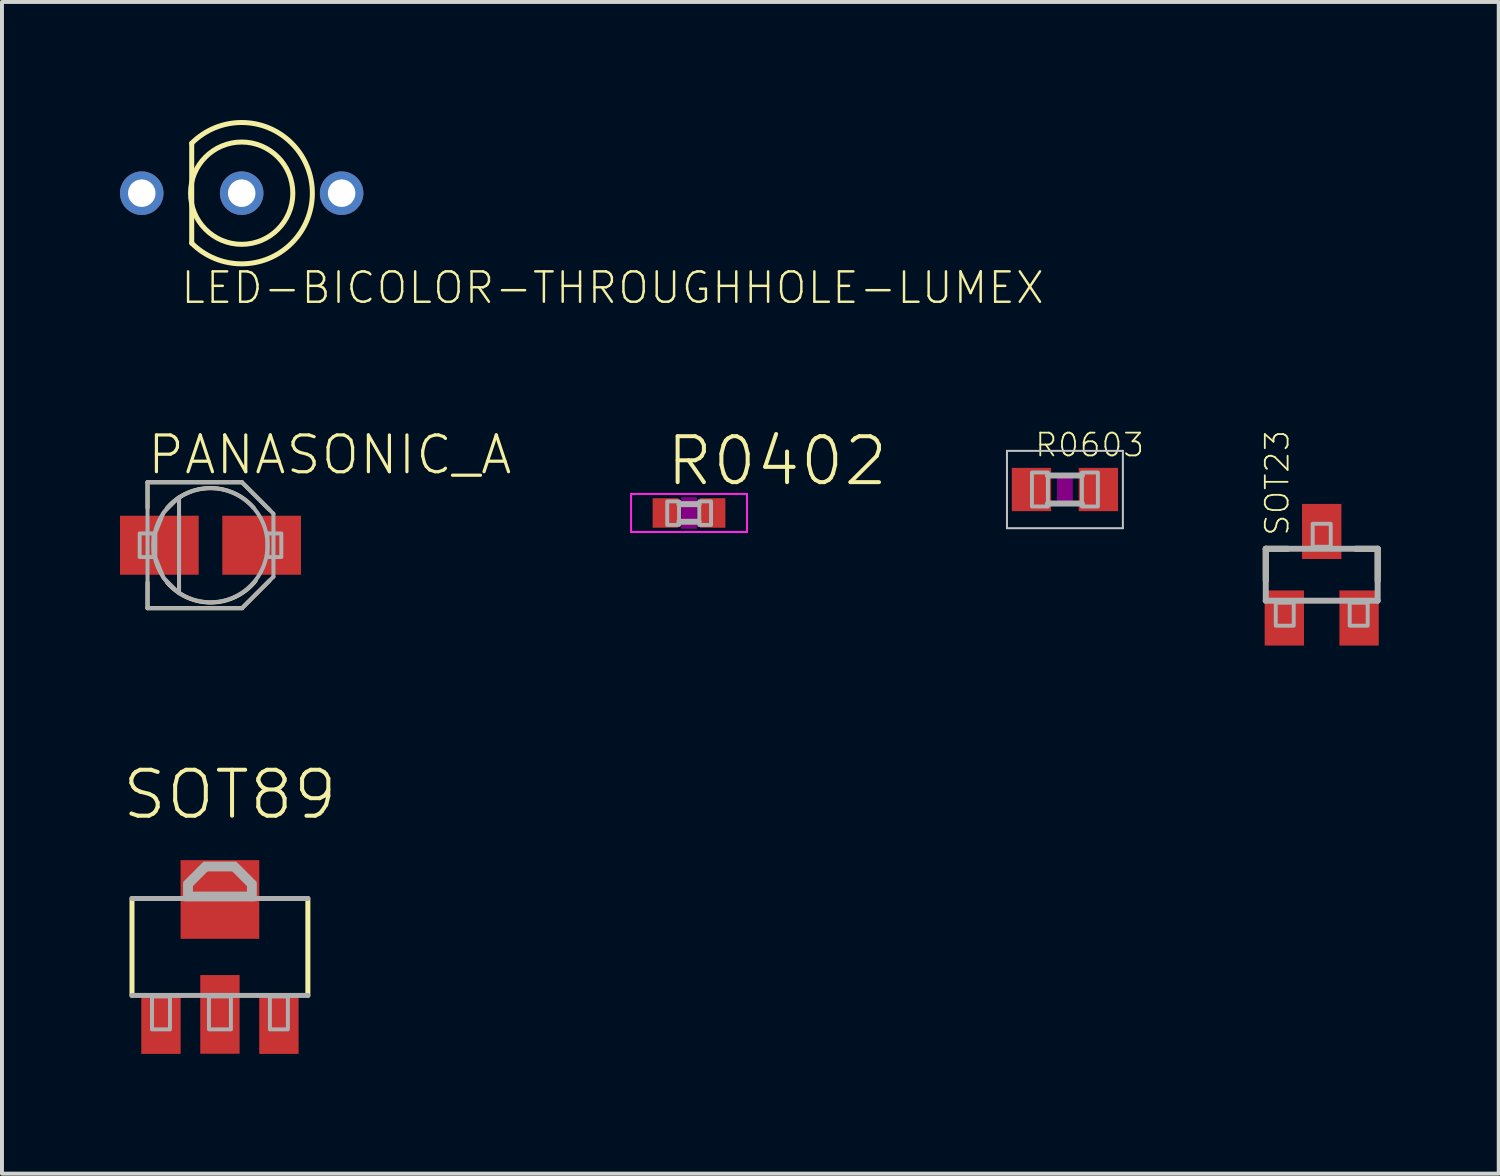
<source format=kicad_pcb>
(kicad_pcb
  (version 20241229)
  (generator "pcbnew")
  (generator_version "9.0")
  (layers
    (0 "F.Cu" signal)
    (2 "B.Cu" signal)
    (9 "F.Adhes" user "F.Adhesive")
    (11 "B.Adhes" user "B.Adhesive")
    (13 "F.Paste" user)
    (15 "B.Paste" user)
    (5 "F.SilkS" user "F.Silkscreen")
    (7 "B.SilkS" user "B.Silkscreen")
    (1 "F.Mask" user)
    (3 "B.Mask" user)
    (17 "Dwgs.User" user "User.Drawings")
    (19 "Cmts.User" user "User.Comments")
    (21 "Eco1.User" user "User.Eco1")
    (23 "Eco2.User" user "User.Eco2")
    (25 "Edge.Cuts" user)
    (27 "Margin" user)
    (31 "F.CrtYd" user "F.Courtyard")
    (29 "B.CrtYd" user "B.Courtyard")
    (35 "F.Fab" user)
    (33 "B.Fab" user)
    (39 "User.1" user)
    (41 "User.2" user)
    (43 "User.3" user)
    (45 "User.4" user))
  (footprint "SOT23"
    (layer "F.Cu")
    (at 30.544 11.558)
    (property "Reference" "SOT23" (at -0.794 -0.953 270) (layer "F.SilkS") (effects (font (size 0.579 0.579) (thickness 0.046)) (justify left bottom)))
    (attr through_hole)
    (fp_line (start -1.422 -0.66) (end -0.864 -0.66) (stroke (width 0.152) (type solid)) (layer "F.SilkS"))
    (fp_line (start -1.422 0.152) (end -1.422 -0.66) (stroke (width 0.152) (type solid)) (layer "F.SilkS"))
    (fp_line (start 0.864 -0.66) (end 1.422 -0.66) (stroke (width 0.152) (type solid)) (layer "F.SilkS"))
    (fp_line (start 1.422 -0.66) (end 1.422 0.152) (stroke (width 0.152) (type solid)) (layer "F.SilkS"))
    (fp_line (start -1.422 -0.66) (end 1.422 -0.66) (stroke (width 0.152) (type solid)) (layer "F.Fab"))
    (fp_line (start -1.422 0.66) (end -1.422 -0.66) (stroke (width 0.152) (type solid)) (layer "F.Fab"))
    (fp_line (start 1.422 -0.66) (end 1.422 0.66) (stroke (width 0.152) (type solid)) (layer "F.Fab"))
    (fp_line (start 1.422 0.66) (end -1.422 0.66) (stroke (width 0.152) (type solid)) (layer "F.Fab"))
    (fp_poly (pts (xy -1.168 1.295) (xy -0.711 1.295) (xy -0.711 0.711) (xy -1.168 0.711)) (stroke (width 0.1) (type solid)) (fill no) (layer "F.Fab"))
    (fp_poly (pts (xy -0.229 -0.711) (xy 0.229 -0.711) (xy 0.229 -1.295) (xy -0.229 -1.295)) (stroke (width 0.1) (type solid)) (fill no) (layer "F.Fab"))
    (fp_poly (pts (xy 0.711 1.295) (xy 1.168 1.295) (xy 1.168 0.711) (xy 0.711 0.711)) (stroke (width 0.1) (type solid)) (fill no) (layer "F.Fab"))
    (pad "1" smd rect (at -0.95 1.1) (size 1 1.4) (layers "F.Cu" "F.Mask" "F.Paste"))
    (pad "2" smd rect (at 0.95 1.1) (size 1 1.4) (layers "F.Cu" "F.Mask" "F.Paste"))
    (pad "3" smd rect (at 0 -1.1) (size 1 1.4) (layers "F.Cu" "F.Mask" "F.Paste")))
  (footprint "LED-BICOLOR-THROUGHHOLE-LUMEX"
    (layer "F.Cu")
    (at 3.093 1.86)
    (property "Reference" "LED-BICOLOR-THROUGHHOLE-LUMEX" (at -1.587 2.857 0) (layer "F.SilkS") (effects (font (size 0.772 0.772) (thickness 0.062)) (justify left bottom)))
    (attr through_hole)
    (fp_line (start -1.27 -1.27) (end -1.27 1.27) (stroke (width 0.127) (type solid)) (layer "F.SilkS"))
    (fp_arc (start -1.27 -1.27) (mid 1.796051 0) (end -1.27 1.27) (stroke (width 0.127) (type solid)) (layer "F.SilkS"))
    (fp_circle (center 0 0) (end 1.3 0) (stroke (width 0.127) (type solid)) (fill no) (layer "F.SilkS"))
    (pad "A" thru_hole circle (at 0 0 90) (size 1.106 1.106) (drill 0.7) (layers "*.Cu" "*.Mask"))
    (pad "GREEN_C" thru_hole circle (at 2.54 0) (size 1.106 1.106) (drill 0.7) (layers "*.Cu" "*.Mask"))
    (pad "RED_C" thru_hole circle (at -2.54 0) (size 1.106 1.106) (drill 0.7) (layers "*.Cu" "*.Mask")))
  (footprint "R0402"
    (layer "F.Cu")
    (at 14.463 9.988)
    (property "Reference" "R0402" (at -0.635 -0.635 0) (layer "F.SilkS") (effects (font (size 1.168 1.168) (thickness 0.102)) (justify left bottom)))
    (fp_poly (pts (xy -0.2 0.4) (xy 0.2 0.4) (xy 0.2 -0.4) (xy -0.2 -0.4)) (stroke (width 0) (type default)) (fill yes) (layer "F.Adhes"))
    (fp_line (start -1.473 -0.483) (end 1.473 -0.483) (stroke (width 0.051) (type solid)) (layer "F.CrtYd"))
    (fp_line (start -1.473 0.483) (end -1.473 -0.483) (stroke (width 0.051) (type solid)) (layer "F.CrtYd"))
    (fp_line (start 1.473 -0.483) (end 1.473 0.483) (stroke (width 0.051) (type solid)) (layer "F.CrtYd"))
    (fp_line (start 1.473 0.483) (end -1.473 0.483) (stroke (width 0.051) (type solid)) (layer "F.CrtYd"))
    (fp_line (start -0.245 -0.224) (end 0.245 -0.224) (stroke (width 0.152) (type solid)) (layer "F.Fab"))
    (fp_line (start 0.245 0.224) (end -0.245 0.224) (stroke (width 0.152) (type solid)) (layer "F.Fab"))
    (fp_poly (pts (xy -0.554 0.305) (xy -0.254 0.305) (xy -0.254 -0.295) (xy -0.554 -0.295)) (stroke (width 0.1) (type default)) (fill no) (layer "F.Fab"))
    (fp_poly (pts (xy 0.259 0.305) (xy 0.559 0.305) (xy 0.559 -0.295) (xy 0.259 -0.295)) (stroke (width 0.1) (type default)) (fill no) (layer "F.Fab"))
    (pad "1" smd rect (at -0.6 0) (size 0.65 0.75) (layers "F.Cu" "F.Mask" "F.Paste"))
    (pad "2" smd rect (at 0.6 0) (size 0.65 0.75) (layers "F.Cu" "F.Mask" "F.Paste")))
  (footprint "SOT89"
    (layer "F.Cu")
    (at 2.54 21.006)
    (property "Reference" "SOT89" (at -2.54 -3.175 0) (layer "F.SilkS") (effects (font (size 1.168 1.168) (thickness 0.102)) (justify left bottom)))
    (fp_poly (pts (xy -2.025 2.775) (xy -0.975 2.775) (xy -0.975 1.2) (xy -2.025 1.2)) (stroke (width 0) (type default)) (fill yes) (layer "F.Mask"))
    (fp_poly (pts (xy -0.525 2.775) (xy 0.525 2.775) (xy 0.525 1.2) (xy -0.525 1.2)) (stroke (width 0) (type default)) (fill yes) (layer "F.Mask"))
    (fp_poly (pts (xy 0.975 2.775) (xy 2.025 2.775) (xy 2.025 1.2) (xy 0.975 1.2)) (stroke (width 0) (type default)) (fill yes) (layer "F.Mask"))
    (fp_line (start -2.235 1.245) (end -2.235 -1.219) (stroke (width 0.127) (type solid)) (layer "F.SilkS"))
    (fp_line (start 2.235 -1.219) (end 2.235 1.245) (stroke (width 0.127) (type solid)) (layer "F.SilkS"))
    (fp_poly (pts (xy -1.9 2.68) (xy -1.1 2.68) (xy -1.1 1.28) (xy -1.9 1.28)) (stroke (width 0) (type default)) (fill yes) (layer "F.Paste"))
    (fp_poly (pts (xy -0.9 0) (xy 0.9 0) (xy 0.9 -2.2) (xy -0.9 -2.2)) (stroke (width 0) (type default)) (fill yes) (layer "F.Paste"))
    (fp_poly (pts (xy -0.4 2.68) (xy 0.4 2.68) (xy 0.4 1.28) (xy -0.4 1.28)) (stroke (width 0) (type default)) (fill yes) (layer "F.Paste"))
    (fp_poly (pts (xy 1.1 2.68) (xy 1.9 2.68) (xy 1.9 1.28) (xy 1.1 1.28)) (stroke (width 0) (type default)) (fill yes) (layer "F.Paste"))
    (fp_line (start -2.235 -1.219) (end 2.235 -1.219) (stroke (width 0.127) (type solid)) (layer "F.Fab"))
    (fp_line (start -0.787 -1.575) (end -0.356 -2.007) (stroke (width 0.2) (type solid)) (layer "F.Fab"))
    (fp_line (start -0.787 -1.295) (end -0.787 -1.575) (stroke (width 0.2) (type solid)) (layer "F.Fab"))
    (fp_line (start -0.356 -2.007) (end 0.356 -2.007) (stroke (width 0.2) (type solid)) (layer "F.Fab"))
    (fp_line (start 0.356 -2.007) (end 0.787 -1.575) (stroke (width 0.2) (type solid)) (layer "F.Fab"))
    (fp_line (start 0.787 -1.575) (end 0.787 -1.295) (stroke (width 0.2) (type solid)) (layer "F.Fab"))
    (fp_line (start 0.787 -1.295) (end -0.787 -1.295) (stroke (width 0.2) (type solid)) (layer "F.Fab"))
    (fp_line (start 2.235 1.245) (end -2.235 1.245) (stroke (width 0.127) (type solid)) (layer "F.Fab"))
    (fp_poly (pts (xy -1.727 2.108) (xy -1.27 2.108) (xy -1.27 1.27) (xy -1.727 1.27)) (stroke (width 0.1) (type default)) (fill no) (layer "F.Fab"))
    (fp_poly (pts (xy -0.279 2.108) (xy 0.279 2.108) (xy 0.279 1.27) (xy -0.279 1.27)) (stroke (width 0.1) (type default)) (fill no) (layer "F.Fab"))
    (fp_poly (pts (xy 1.27 2.108) (xy 1.727 2.108) (xy 1.727 1.27) (xy 1.27 1.27)) (stroke (width 0.1) (type default)) (fill no) (layer "F.Fab"))
    (fp_poly (pts (xy 0.887 -1.616) (xy 0.887 -1.196) (xy -0.887 -1.196) (xy -0.887 -1.616) (xy -0.397 -2.107) (xy 0.397 -2.107)) (stroke (width 0.1) (type default)) (fill no) (layer "F.Fab"))
    (pad "1" smd rect (at -1.499 1.981) (size 1 1.5) (layers "F.Cu"))
    (pad "2" smd rect (at 0 1.727) (size 1 2) (layers "F.Cu"))
    (pad "2@1" smd rect (at 0 -1.194 90) (size 2 2) (layers "F.Cu" "F.Mask"))
    (pad "3" smd rect (at 1.499 1.981) (size 1 1.5) (layers "F.Cu")))
  (footprint "PANASONIC_A"
    (layer "F.Cu")
    (at 2.3 10.808)
    (property "Reference" "PANASONIC_A" (at -1.65 -1.75 0) (layer "F.SilkS") (effects (font (size 0.935 0.935) (thickness 0.081)) (justify left bottom)))
    (fp_line (start -1.6 -1.6) (end 0.8 -1.6) (stroke (width 0.102) (type solid)) (layer "F.SilkS"))
    (fp_line (start -1.6 -0.95) (end -1.6 -1.6) (stroke (width 0.102) (type solid)) (layer "F.SilkS"))
    (fp_line (start -1.6 1.6) (end -1.6 0.95) (stroke (width 0.102) (type solid)) (layer "F.SilkS"))
    (fp_line (start 0.8 -1.6) (end 1.5 -0.9) (stroke (width 0.102) (type solid)) (layer "F.SilkS"))
    (fp_line (start 0.8 1.6) (end -1.6 1.6) (stroke (width 0.102) (type solid)) (layer "F.SilkS"))
    (fp_line (start 1.5 0.9) (end 0.8 1.6) (stroke (width 0.102) (type solid)) (layer "F.SilkS"))
    (fp_arc (start -1.1 -0.95) (mid 0 -1.453444) (end 1.1 -0.95) (stroke (width 0.1016) (type solid)) (layer "F.SilkS"))
    (fp_arc (start 1.149999 0.9) (mid 0.03681 1.456451) (end -1.1 0.95) (stroke (width 0.1016) (type solid)) (layer "F.SilkS"))
    (fp_line (start -1.6 -1.6) (end 0.8 -1.6) (stroke (width 0.102) (type solid)) (layer "F.Fab"))
    (fp_line (start -1.6 1.6) (end -1.6 -1.6) (stroke (width 0.102) (type solid)) (layer "F.Fab"))
    (fp_line (start -0.8 -1.2) (end -0.8 1.2) (stroke (width 0.102) (type solid)) (layer "F.Fab"))
    (fp_line (start 0.8 -1.6) (end 1.6 -0.8) (stroke (width 0.102) (type solid)) (layer "F.Fab"))
    (fp_line (start 0.8 1.6) (end -1.6 1.6) (stroke (width 0.102) (type solid)) (layer "F.Fab"))
    (fp_line (start 1.6 -0.8) (end 1.6 0.8) (stroke (width 0.102) (type solid)) (layer "F.Fab"))
    (fp_line (start 1.6 0.8) (end 0.8 1.6) (stroke (width 0.102) (type solid)) (layer "F.Fab"))
    (fp_circle (center 0 0) (end 1.45 0) (stroke (width 0.102) (type solid)) (fill no) (layer "F.Fab"))
    (fp_poly (pts (xy -1.8 0.3) (xy -1.45 0.3) (xy -1.45 -0.3) (xy -1.8 -0.3)) (stroke (width 0.1) (type default)) (fill no) (layer "F.Fab"))
    (fp_poly (pts (xy 1.45 0.3) (xy 1.8 0.3) (xy 1.8 -0.3) (xy 1.45 -0.3)) (stroke (width 0.1) (type default)) (fill no) (layer "F.Fab"))
    (fp_poly (pts (xy -0.799 1.223) (xy -1.193 0.829) (xy -1.401 0.31) (xy -1.401 -0.31) (xy -1.193 -0.829) (xy -0.799 -1.223)) (stroke (width 0.1) (type default)) (fill no) (layer "F.Fab"))
    (pad "+" smd rect (at 1.3 0) (size 2 1.5) (layers "F.Cu" "F.Mask" "F.Paste"))
    (pad "-" smd rect (at -1.3 0) (size 2 1.5) (layers "F.Cu" "F.Mask" "F.Paste")))
  (footprint "R0603"
    (layer "F.Cu")
    (at 24.017 9.392)
    (property "Reference" "R0603" (at -0.794 -0.794 0) (layer "F.SilkS") (effects (font (size 0.579 0.579) (thickness 0.046)) (justify left bottom)))
    (attr through_hole)
    (fp_poly (pts (xy -0.2 0.4) (xy 0.2 0.4) (xy 0.2 -0.4) (xy -0.2 -0.4)) (stroke (width 0) (type solid)) (fill yes) (layer "F.Adhes"))
    (fp_line (start -1.473 -0.983) (end 1.473 -0.983) (stroke (width 0.051) (type solid)) (layer "Dwgs.User"))
    (fp_line (start -1.473 0.983) (end -1.473 -0.983) (stroke (width 0.051) (type solid)) (layer "Dwgs.User"))
    (fp_line (start 1.473 -0.983) (end 1.473 0.983) (stroke (width 0.051) (type solid)) (layer "Dwgs.User"))
    (fp_line (start 1.473 0.983) (end -1.473 0.983) (stroke (width 0.051) (type solid)) (layer "Dwgs.User"))
    (fp_line (start -0.432 0.356) (end 0.432 0.356) (stroke (width 0.152) (type solid)) (layer "F.Fab"))
    (fp_line (start 0.432 -0.356) (end -0.432 -0.356) (stroke (width 0.152) (type solid)) (layer "F.Fab"))
    (fp_poly (pts (xy -0.838 0.432) (xy -0.432 0.432) (xy -0.432 -0.432) (xy -0.838 -0.432)) (stroke (width 0.1) (type solid)) (fill no) (layer "F.Fab"))
    (fp_poly (pts (xy 0.432 0.432) (xy 0.838 0.432) (xy 0.838 -0.432) (xy 0.432 -0.432)) (stroke (width 0.1) (type solid)) (fill no) (layer "F.Fab"))
    (pad "1" smd rect (at -0.85 0) (size 1 1.1) (layers "F.Cu" "F.Mask" "F.Paste"))
    (pad "2" smd rect (at 0.85 0) (size 1 1.1) (layers "F.Cu" "F.Mask" "F.Paste")))
  (gr_rect
    (start -3 -3)
    (end 35.043 26.781)
    (stroke (width 0.1) (type default))
    (fill no)
    (layer "Edge.Cuts")))
</source>
